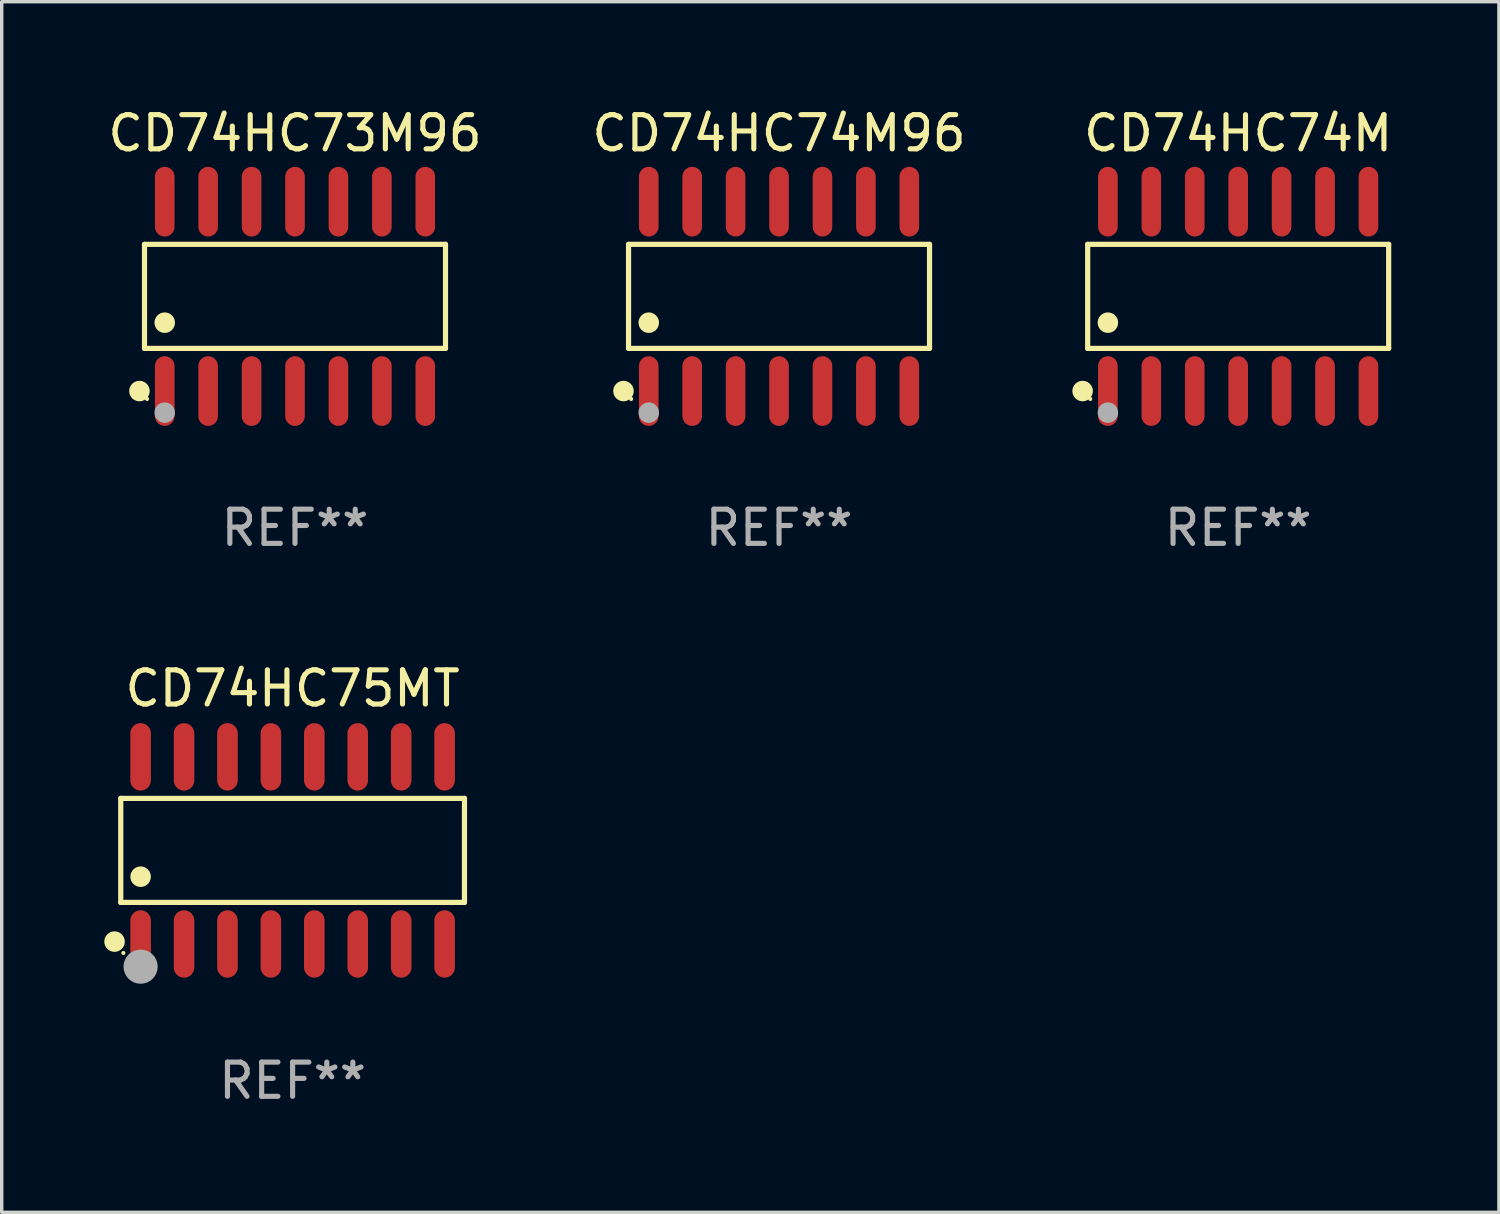
<source format=kicad_pcb>
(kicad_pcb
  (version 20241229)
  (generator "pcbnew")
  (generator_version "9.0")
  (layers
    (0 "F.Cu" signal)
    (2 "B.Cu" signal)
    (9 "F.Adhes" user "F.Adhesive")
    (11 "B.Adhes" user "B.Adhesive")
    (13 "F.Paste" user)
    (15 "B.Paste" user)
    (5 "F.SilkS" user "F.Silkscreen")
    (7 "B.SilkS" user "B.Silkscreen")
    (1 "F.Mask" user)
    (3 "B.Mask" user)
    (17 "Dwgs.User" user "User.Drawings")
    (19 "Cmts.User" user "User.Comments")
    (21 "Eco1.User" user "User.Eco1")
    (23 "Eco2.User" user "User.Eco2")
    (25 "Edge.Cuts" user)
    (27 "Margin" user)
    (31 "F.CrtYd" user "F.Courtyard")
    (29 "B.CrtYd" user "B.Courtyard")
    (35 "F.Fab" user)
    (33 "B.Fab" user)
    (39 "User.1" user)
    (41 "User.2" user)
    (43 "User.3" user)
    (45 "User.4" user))
  (footprint "CD74HC74M"
    (layer "F.Cu")
    (at 33.159 5.617)
    (property "Reference" "CD74HC74M" (at 0 -4.769 0) (layer "F.SilkS") (effects (font (size 1 1) (thickness 0.15))))
    (attr through_hole)
    (fp_line (start -4.401 -1.521) (end 4.401 -1.521) (stroke (width 0.152) (type solid)) (layer "F.SilkS"))
    (fp_line (start -4.401 1.521) (end -4.401 -1.521) (stroke (width 0.152) (type solid)) (layer "F.SilkS"))
    (fp_line (start 4.401 -1.521) (end 4.401 1.521) (stroke (width 0.152) (type solid)) (layer "F.SilkS"))
    (fp_line (start 4.401 1.521) (end -4.401 1.521) (stroke (width 0.152) (type solid)) (layer "F.SilkS"))
    (fp_circle (center -4.549 2.769) (end -4.399 2.769) (stroke (width 0.3) (type solid)) (fill no) (layer "F.SilkS"))
    (fp_circle (center -4.325 3) (end -4.295 3) (stroke (width 0.06) (type solid)) (fill no) (layer "F.SilkS"))
    (fp_circle (center -3.81 0.769) (end -3.66 0.769) (stroke (width 0.3) (type solid)) (fill no) (layer "F.SilkS"))
    (fp_circle (center -3.81 3.4) (end -3.66 3.4) (stroke (width 0.3) (type solid)) (fill no) (layer "F.Fab"))
    (fp_text user "REF**" (at 0 6.769 0) (layer "F.Fab") (effects (font (size 1 1) (thickness 0.15))))
    (pad "1" smd oval (at -3.81 2.769) (size 0.574 2.038) (layers "F.Cu" "F.Mask" "F.Paste"))
    (pad "2" smd oval (at -2.54 2.769) (size 0.574 2.038) (layers "F.Cu" "F.Mask" "F.Paste"))
    (pad "3" smd oval (at -1.27 2.769) (size 0.574 2.038) (layers "F.Cu" "F.Mask" "F.Paste"))
    (pad "4" smd oval (at 0 2.769) (size 0.574 2.038) (layers "F.Cu" "F.Mask" "F.Paste"))
    (pad "5" smd oval (at 1.27 2.769) (size 0.574 2.038) (layers "F.Cu" "F.Mask" "F.Paste"))
    (pad "6" smd oval (at 2.54 2.769) (size 0.574 2.038) (layers "F.Cu" "F.Mask" "F.Paste"))
    (pad "7" smd oval (at 3.81 2.769) (size 0.574 2.038) (layers "F.Cu" "F.Mask" "F.Paste"))
    (pad "8" smd oval (at 3.81 -2.769) (size 0.574 2.038) (layers "F.Cu" "F.Mask" "F.Paste"))
    (pad "9" smd oval (at 2.54 -2.769) (size 0.574 2.038) (layers "F.Cu" "F.Mask" "F.Paste"))
    (pad "10" smd oval (at 1.27 -2.769) (size 0.574 2.038) (layers "F.Cu" "F.Mask" "F.Paste"))
    (pad "11" smd oval (at 0 -2.769) (size 0.574 2.038) (layers "F.Cu" "F.Mask" "F.Paste"))
    (pad "12" smd oval (at -1.27 -2.769) (size 0.574 2.038) (layers "F.Cu" "F.Mask" "F.Paste"))
    (pad "13" smd oval (at -2.54 -2.769) (size 0.574 2.038) (layers "F.Cu" "F.Mask" "F.Paste"))
    (pad "14" smd oval (at -3.81 -2.769) (size 0.574 2.038) (layers "F.Cu" "F.Mask" "F.Paste")))
  (footprint "CD74HC74M96"
    (layer "F.Cu")
    (at 19.732 5.617)
    (property "Reference" "CD74HC74M96" (at 0 -4.769 0) (layer "F.SilkS") (effects (font (size 1 1) (thickness 0.15))))
    (attr through_hole)
    (fp_line (start -4.401 -1.521) (end 4.401 -1.521) (stroke (width 0.152) (type solid)) (layer "F.SilkS"))
    (fp_line (start -4.401 1.521) (end -4.401 -1.521) (stroke (width 0.152) (type solid)) (layer "F.SilkS"))
    (fp_line (start 4.401 -1.521) (end 4.401 1.521) (stroke (width 0.152) (type solid)) (layer "F.SilkS"))
    (fp_line (start 4.401 1.521) (end -4.401 1.521) (stroke (width 0.152) (type solid)) (layer "F.SilkS"))
    (fp_circle (center -4.549 2.769) (end -4.399 2.769) (stroke (width 0.3) (type solid)) (fill no) (layer "F.SilkS"))
    (fp_circle (center -4.325 3) (end -4.295 3) (stroke (width 0.06) (type solid)) (fill no) (layer "F.SilkS"))
    (fp_circle (center -3.81 0.769) (end -3.66 0.769) (stroke (width 0.3) (type solid)) (fill no) (layer "F.SilkS"))
    (fp_circle (center -3.81 3.4) (end -3.66 3.4) (stroke (width 0.3) (type solid)) (fill no) (layer "F.Fab"))
    (fp_text user "REF**" (at 0 6.769 0) (layer "F.Fab") (effects (font (size 1 1) (thickness 0.15))))
    (pad "1" smd oval (at -3.81 2.769) (size 0.574 2.038) (layers "F.Cu" "F.Mask" "F.Paste"))
    (pad "2" smd oval (at -2.54 2.769) (size 0.574 2.038) (layers "F.Cu" "F.Mask" "F.Paste"))
    (pad "3" smd oval (at -1.27 2.769) (size 0.574 2.038) (layers "F.Cu" "F.Mask" "F.Paste"))
    (pad "4" smd oval (at 0 2.769) (size 0.574 2.038) (layers "F.Cu" "F.Mask" "F.Paste"))
    (pad "5" smd oval (at 1.27 2.769) (size 0.574 2.038) (layers "F.Cu" "F.Mask" "F.Paste"))
    (pad "6" smd oval (at 2.54 2.769) (size 0.574 2.038) (layers "F.Cu" "F.Mask" "F.Paste"))
    (pad "7" smd oval (at 3.81 2.769) (size 0.574 2.038) (layers "F.Cu" "F.Mask" "F.Paste"))
    (pad "8" smd oval (at 3.81 -2.769) (size 0.574 2.038) (layers "F.Cu" "F.Mask" "F.Paste"))
    (pad "9" smd oval (at 2.54 -2.769) (size 0.574 2.038) (layers "F.Cu" "F.Mask" "F.Paste"))
    (pad "10" smd oval (at 1.27 -2.769) (size 0.574 2.038) (layers "F.Cu" "F.Mask" "F.Paste"))
    (pad "11" smd oval (at 0 -2.769) (size 0.574 2.038) (layers "F.Cu" "F.Mask" "F.Paste"))
    (pad "12" smd oval (at -1.27 -2.769) (size 0.574 2.038) (layers "F.Cu" "F.Mask" "F.Paste"))
    (pad "13" smd oval (at -2.54 -2.769) (size 0.574 2.038) (layers "F.Cu" "F.Mask" "F.Paste"))
    (pad "14" smd oval (at -3.81 -2.769) (size 0.574 2.038) (layers "F.Cu" "F.Mask" "F.Paste")))
  (footprint "CD74HC75MT"
    (layer "F.Cu")
    (at 5.507 21.819)
    (property "Reference" "CD74HC75MT" (at 0 -4.736 0) (layer "F.SilkS") (effects (font (size 1 1) (thickness 0.15))))
    (attr through_hole)
    (fp_line (start -5.026 -1.521) (end 5.026 -1.521) (stroke (width 0.152) (type solid)) (layer "F.SilkS"))
    (fp_line (start -5.026 1.521) (end -5.026 -1.521) (stroke (width 0.152) (type solid)) (layer "F.SilkS"))
    (fp_line (start 5.026 -1.521) (end 5.026 1.521) (stroke (width 0.152) (type solid)) (layer "F.SilkS"))
    (fp_line (start 5.026 1.521) (end -5.026 1.521) (stroke (width 0.152) (type solid)) (layer "F.SilkS"))
    (fp_circle (center -5.207 2.667) (end -5.057 2.667) (stroke (width 0.3) (type solid)) (fill no) (layer "F.SilkS"))
    (fp_circle (center -4.95 3) (end -4.92 3) (stroke (width 0.06) (type solid)) (fill no) (layer "F.SilkS"))
    (fp_circle (center -4.445 0.769) (end -4.295 0.769) (stroke (width 0.3) (type solid)) (fill no) (layer "F.SilkS"))
    (fp_circle (center -4.445 3.4) (end -4.195 3.4) (stroke (width 0.5) (type solid)) (fill no) (layer "F.Fab"))
    (fp_text user "REF**" (at 0 6.736 0) (layer "F.Fab") (effects (font (size 1 1) (thickness 0.15))))
    (pad "1" smd oval (at -4.445 2.736) (size 0.602 1.971) (layers "F.Cu" "F.Mask" "F.Paste"))
    (pad "2" smd oval (at -3.175 2.736) (size 0.602 1.971) (layers "F.Cu" "F.Mask" "F.Paste"))
    (pad "3" smd oval (at -1.905 2.736) (size 0.602 1.971) (layers "F.Cu" "F.Mask" "F.Paste"))
    (pad "4" smd oval (at -0.635 2.736) (size 0.602 1.971) (layers "F.Cu" "F.Mask" "F.Paste"))
    (pad "5" smd oval (at 0.635 2.736) (size 0.602 1.971) (layers "F.Cu" "F.Mask" "F.Paste"))
    (pad "6" smd oval (at 1.905 2.736) (size 0.602 1.971) (layers "F.Cu" "F.Mask" "F.Paste"))
    (pad "7" smd oval (at 3.175 2.736) (size 0.602 1.971) (layers "F.Cu" "F.Mask" "F.Paste"))
    (pad "8" smd oval (at 4.445 2.736) (size 0.602 1.971) (layers "F.Cu" "F.Mask" "F.Paste"))
    (pad "9" smd oval (at 4.445 -2.736) (size 0.602 1.971) (layers "F.Cu" "F.Mask" "F.Paste"))
    (pad "10" smd oval (at 3.175 -2.736) (size 0.602 1.971) (layers "F.Cu" "F.Mask" "F.Paste"))
    (pad "11" smd oval (at 1.905 -2.736) (size 0.602 1.971) (layers "F.Cu" "F.Mask" "F.Paste"))
    (pad "12" smd oval (at 0.635 -2.736) (size 0.602 1.971) (layers "F.Cu" "F.Mask" "F.Paste"))
    (pad "13" smd oval (at -0.635 -2.736) (size 0.602 1.971) (layers "F.Cu" "F.Mask" "F.Paste"))
    (pad "14" smd oval (at -1.905 -2.736) (size 0.602 1.971) (layers "F.Cu" "F.Mask" "F.Paste"))
    (pad "15" smd oval (at -3.175 -2.736) (size 0.602 1.971) (layers "F.Cu" "F.Mask" "F.Paste"))
    (pad "16" smd oval (at -4.445 -2.736) (size 0.602 1.971) (layers "F.Cu" "F.Mask" "F.Paste")))
  (footprint "CD74HC73M96"
    (layer "F.Cu")
    (at 5.577 5.617)
    (property "Reference" "CD74HC73M96" (at 0 -4.769 0) (layer "F.SilkS") (effects (font (size 1 1) (thickness 0.15))))
    (attr through_hole)
    (fp_line (start -4.401 -1.521) (end 4.401 -1.521) (stroke (width 0.152) (type solid)) (layer "F.SilkS"))
    (fp_line (start -4.401 1.521) (end -4.401 -1.521) (stroke (width 0.152) (type solid)) (layer "F.SilkS"))
    (fp_line (start 4.401 -1.521) (end 4.401 1.521) (stroke (width 0.152) (type solid)) (layer "F.SilkS"))
    (fp_line (start 4.401 1.521) (end -4.401 1.521) (stroke (width 0.152) (type solid)) (layer "F.SilkS"))
    (fp_circle (center -4.549 2.769) (end -4.399 2.769) (stroke (width 0.3) (type solid)) (fill no) (layer "F.SilkS"))
    (fp_circle (center -4.325 3) (end -4.295 3) (stroke (width 0.06) (type solid)) (fill no) (layer "F.SilkS"))
    (fp_circle (center -3.81 0.769) (end -3.66 0.769) (stroke (width 0.3) (type solid)) (fill no) (layer "F.SilkS"))
    (fp_circle (center -3.81 3.4) (end -3.66 3.4) (stroke (width 0.3) (type solid)) (fill no) (layer "F.Fab"))
    (fp_text user "REF**" (at 0 6.769 0) (layer "F.Fab") (effects (font (size 1 1) (thickness 0.15))))
    (pad "1" smd oval (at -3.81 2.769) (size 0.574 2.038) (layers "F.Cu" "F.Mask" "F.Paste"))
    (pad "2" smd oval (at -2.54 2.769) (size 0.574 2.038) (layers "F.Cu" "F.Mask" "F.Paste"))
    (pad "3" smd oval (at -1.27 2.769) (size 0.574 2.038) (layers "F.Cu" "F.Mask" "F.Paste"))
    (pad "4" smd oval (at 0 2.769) (size 0.574 2.038) (layers "F.Cu" "F.Mask" "F.Paste"))
    (pad "5" smd oval (at 1.27 2.769) (size 0.574 2.038) (layers "F.Cu" "F.Mask" "F.Paste"))
    (pad "6" smd oval (at 2.54 2.769) (size 0.574 2.038) (layers "F.Cu" "F.Mask" "F.Paste"))
    (pad "7" smd oval (at 3.81 2.769) (size 0.574 2.038) (layers "F.Cu" "F.Mask" "F.Paste"))
    (pad "8" smd oval (at 3.81 -2.769) (size 0.574 2.038) (layers "F.Cu" "F.Mask" "F.Paste"))
    (pad "9" smd oval (at 2.54 -2.769) (size 0.574 2.038) (layers "F.Cu" "F.Mask" "F.Paste"))
    (pad "10" smd oval (at 1.27 -2.769) (size 0.574 2.038) (layers "F.Cu" "F.Mask" "F.Paste"))
    (pad "11" smd oval (at 0 -2.769) (size 0.574 2.038) (layers "F.Cu" "F.Mask" "F.Paste"))
    (pad "12" smd oval (at -1.27 -2.769) (size 0.574 2.038) (layers "F.Cu" "F.Mask" "F.Paste"))
    (pad "13" smd oval (at -2.54 -2.769) (size 0.574 2.038) (layers "F.Cu" "F.Mask" "F.Paste"))
    (pad "14" smd oval (at -3.81 -2.769) (size 0.574 2.038) (layers "F.Cu" "F.Mask" "F.Paste")))
  (gr_rect
    (start -3 -3)
    (end 40.784 32.402)
    (stroke (width 0.1) (type default))
    (fill no)
    (layer "Edge.Cuts")))
</source>
